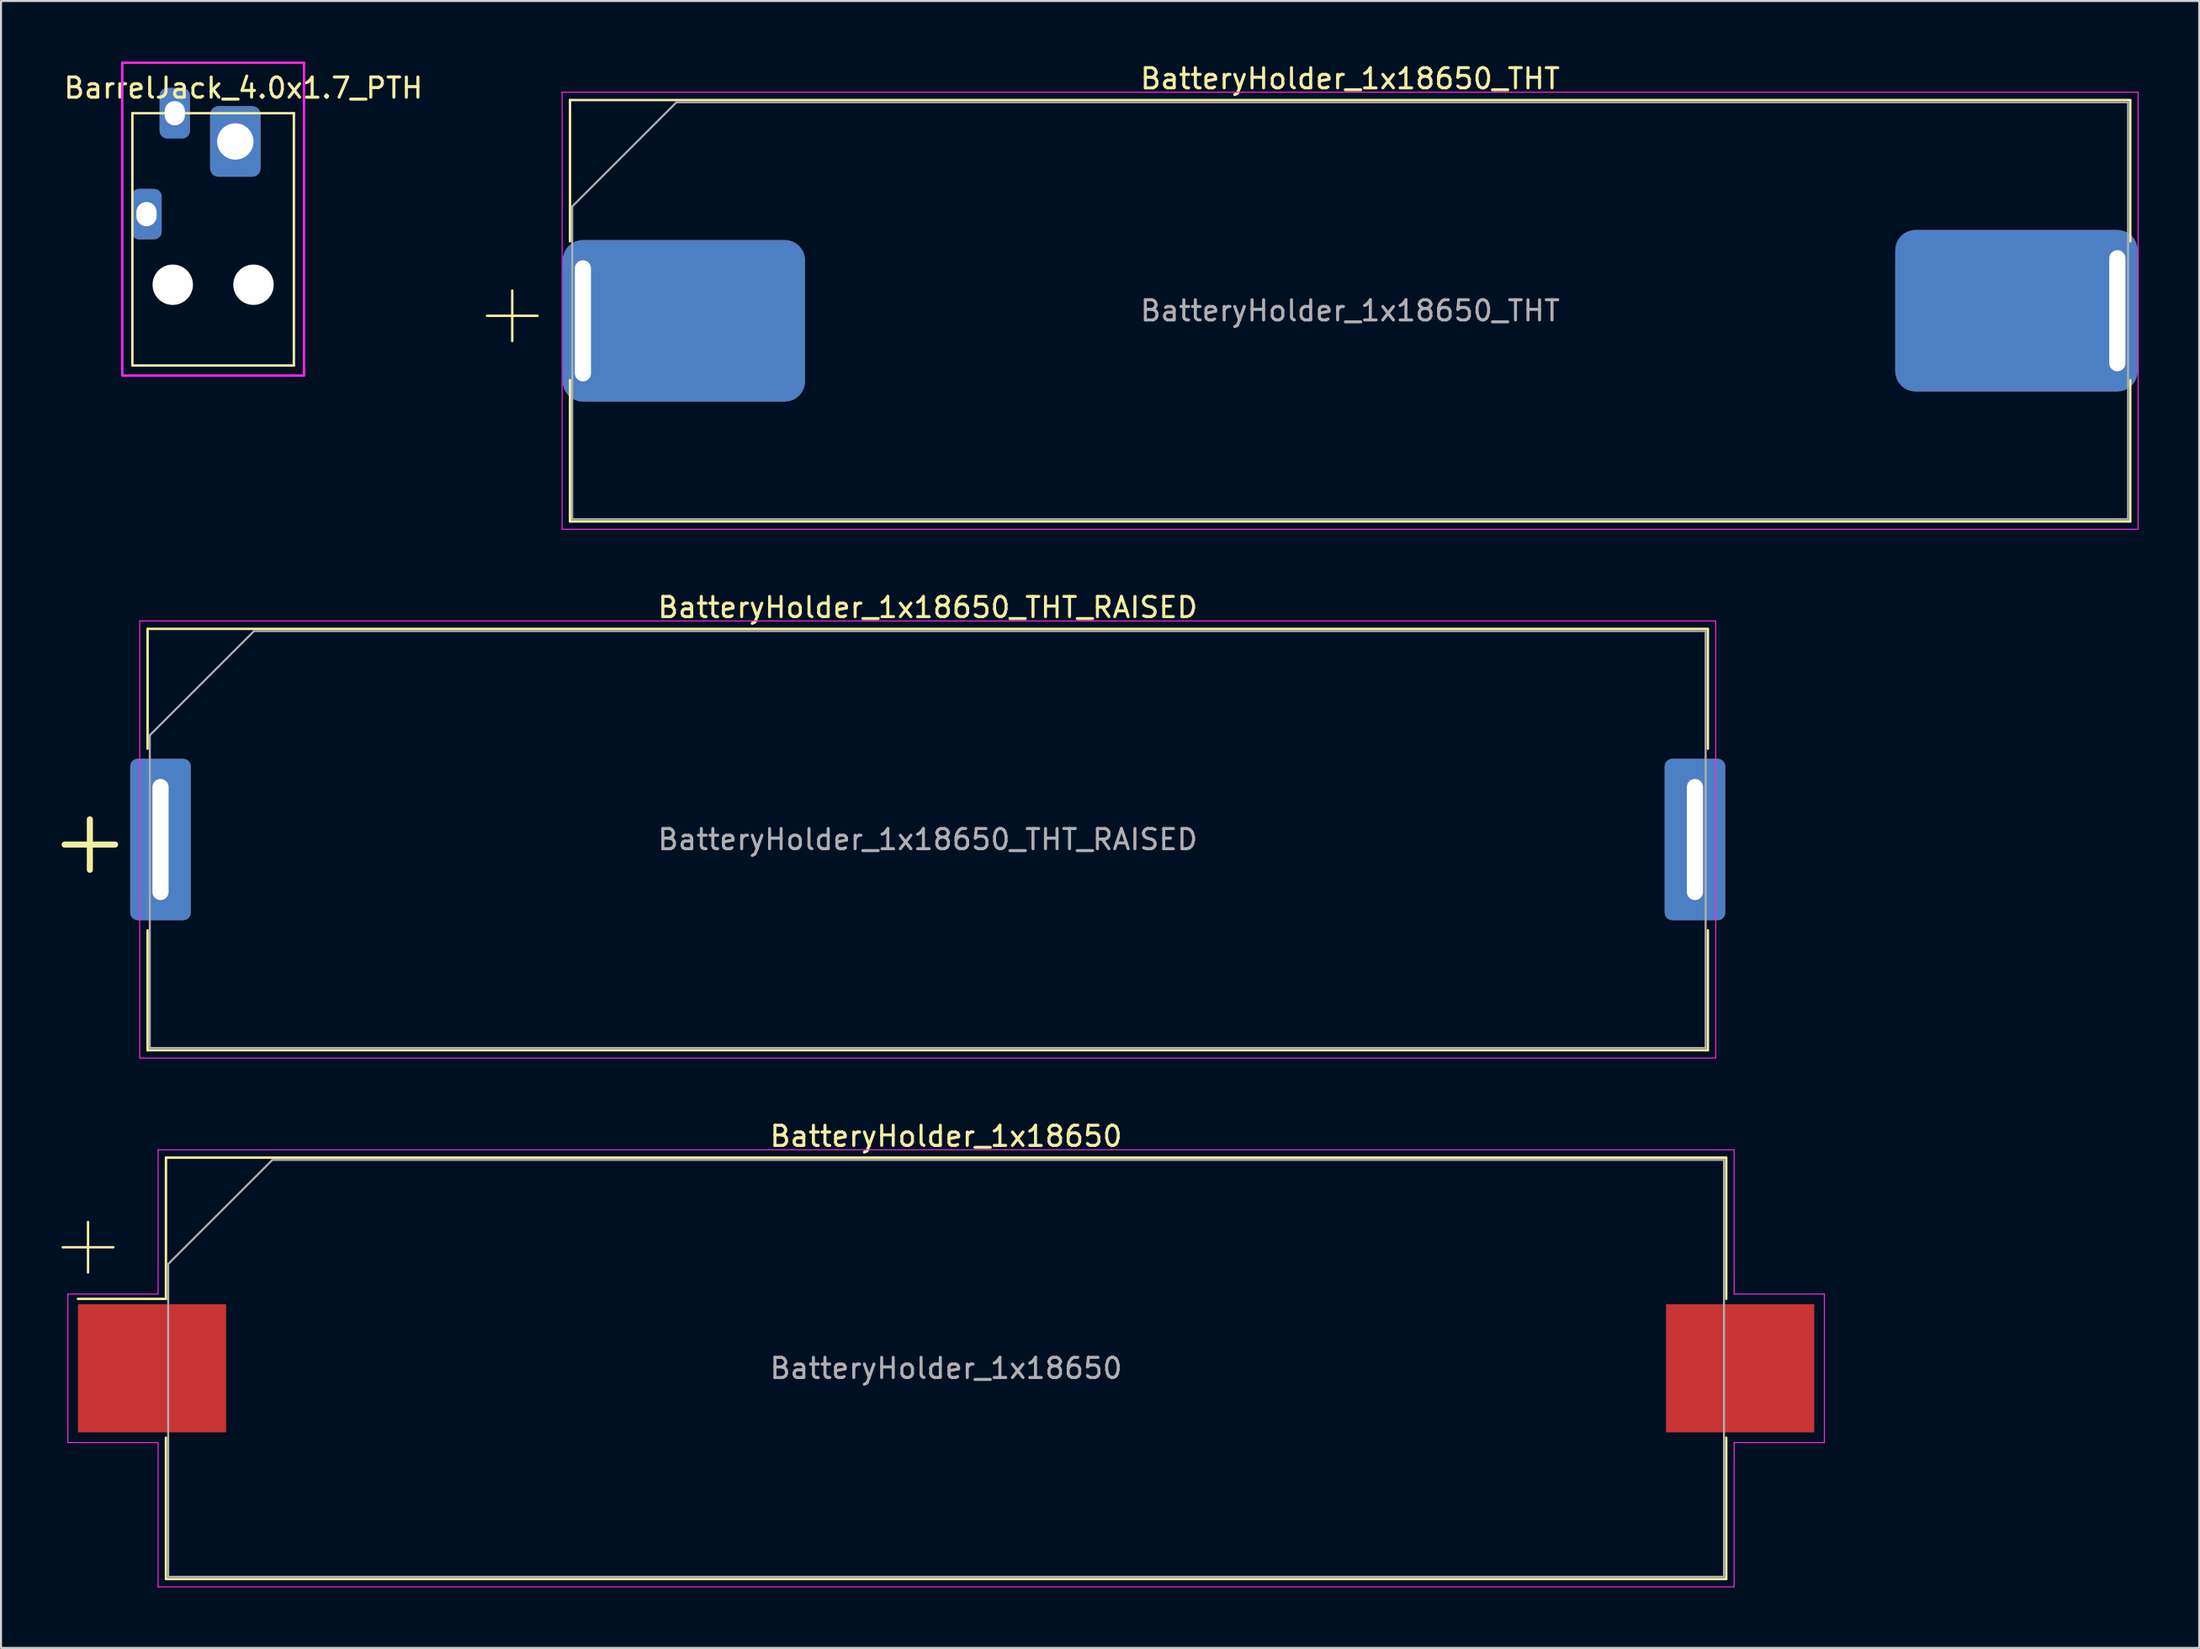
<source format=kicad_pcb>
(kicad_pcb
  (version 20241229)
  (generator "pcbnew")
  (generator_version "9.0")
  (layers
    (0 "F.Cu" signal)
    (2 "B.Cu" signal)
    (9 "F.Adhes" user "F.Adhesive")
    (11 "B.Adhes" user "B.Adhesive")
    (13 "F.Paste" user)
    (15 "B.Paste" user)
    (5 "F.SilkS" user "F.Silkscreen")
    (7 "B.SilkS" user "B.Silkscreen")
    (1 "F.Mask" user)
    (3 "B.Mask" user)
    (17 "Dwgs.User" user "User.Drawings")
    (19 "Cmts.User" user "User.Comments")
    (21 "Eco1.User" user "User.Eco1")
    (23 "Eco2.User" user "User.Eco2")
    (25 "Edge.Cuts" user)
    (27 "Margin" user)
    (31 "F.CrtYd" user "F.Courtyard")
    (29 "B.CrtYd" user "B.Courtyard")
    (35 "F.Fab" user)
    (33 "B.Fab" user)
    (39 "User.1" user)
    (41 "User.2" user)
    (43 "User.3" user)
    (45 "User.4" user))
  (footprint "BarrelJack_4.0x1.7_PTH"
    (layer "F.Cu")
    (at 7.506 9.06)
    (property "Reference" "BarrelJack_4.0x1.7_PTH" (at 1.5 -7.75 0) (layer "F.SilkS") (effects (font (size 1 1) (thickness 0.15))))
    (attr through_hole)
    (fp_line (start -4 -6.5) (end -4 6) (stroke (width 0.12) (type solid)) (layer "F.SilkS"))
    (fp_line (start -4 6) (end 4 6) (stroke (width 0.12) (type solid)) (layer "F.SilkS"))
    (fp_line (start 4 -6.5) (end -4 -6.5) (stroke (width 0.12) (type solid)) (layer "F.SilkS"))
    (fp_line (start 4 6) (end 4 -6.5) (stroke (width 0.12) (type solid)) (layer "F.SilkS"))
    (fp_line (start -4.5 -9) (end -4.5 6.5) (stroke (width 0.12) (type solid)) (layer "F.CrtYd"))
    (fp_line (start -4.5 6.5) (end 4.5 6.5) (stroke (width 0.12) (type solid)) (layer "F.CrtYd"))
    (fp_line (start 4.5 -9) (end -4.5 -9) (stroke (width 0.12) (type solid)) (layer "F.CrtYd"))
    (fp_line (start 4.5 6.5) (end 4.5 -9) (stroke (width 0.12) (type solid)) (layer "F.CrtYd"))
    (pad "" np_thru_hole circle (at -2 2) (size 2 2) (drill 2) (layers "*.Cu" "*.Mask"))
    (pad "" np_thru_hole circle (at 2 2) (size 2 2) (drill 2) (layers "*.Cu" "*.Mask"))
    (pad "1" thru_hole roundrect (at 1.1 -5.1) (size 2.5 3.5) (drill 1.8) (layers "*.Cu" "*.Mask") (roundrect_rratio 0.167))
    (pad "2" thru_hole roundrect (at -3.3 -1.5) (size 1.5 2.5) (drill oval 1 1.2) (layers "*.Cu" "*.Mask") (roundrect_rratio 0.25))
    (pad "3" thru_hole roundrect (at -1.9 -6.5) (size 1.5 2.5) (drill oval 1 1.2) (layers "*.Cu" "*.Mask") (roundrect_rratio 0.25)))
  (footprint "BatteryHolder_1x18650_THT"
    (layer "F.Cu")
    (at 63.822 12.348)
    (property "Reference" "BatteryHolder_1x18650_THT" (at 0 -11.5 0) (layer "F.SilkS") (effects (font (size 1 1) (thickness 0.15))))
    (attr smd)
    (fp_line (start -42.75 0.25) (end -40.25 0.25) (stroke (width 0.12) (type solid)) (layer "F.SilkS"))
    (fp_line (start -41.5 1.5) (end -41.5 -1) (stroke (width 0.12) (type solid)) (layer "F.SilkS"))
    (fp_line (start -38.64 -10.44) (end -38.64 -3.44) (stroke (width 0.12) (type solid)) (layer "F.SilkS"))
    (fp_line (start -38.64 10.44) (end -38.64 3.44) (stroke (width 0.12) (type solid)) (layer "F.SilkS"))
    (fp_line (start 38.64 -10.44) (end -38.64 -10.44) (stroke (width 0.12) (type solid)) (layer "F.SilkS"))
    (fp_line (start 38.64 -3.44) (end 38.64 -10.42) (stroke (width 0.12) (type solid)) (layer "F.SilkS"))
    (fp_line (start 38.64 3.44) (end 38.64 10.44) (stroke (width 0.12) (type solid)) (layer "F.SilkS"))
    (fp_line (start 38.64 10.44) (end -38.64 10.44) (stroke (width 0.12) (type solid)) (layer "F.SilkS"))
    (fp_line (start -39.03 -10.83) (end -39.03 -3.68) (stroke (width 0.05) (type solid)) (layer "F.CrtYd"))
    (fp_line (start -39.03 -10.83) (end 39.03 -10.83) (stroke (width 0.05) (type solid)) (layer "F.CrtYd"))
    (fp_line (start -39.03 3.68) (end -39.03 -3.68) (stroke (width 0.05) (type solid)) (layer "F.CrtYd"))
    (fp_line (start -39.03 10.83) (end -39.03 3.68) (stroke (width 0.05) (type solid)) (layer "F.CrtYd"))
    (fp_line (start -39.03 10.83) (end 39.03 10.83) (stroke (width 0.05) (type solid)) (layer "F.CrtYd"))
    (fp_line (start 39.03 -10.83) (end 39.03 -3.68) (stroke (width 0.05) (type solid)) (layer "F.CrtYd"))
    (fp_line (start 39.03 3.68) (end 39.03 -3.68) (stroke (width 0.05) (type solid)) (layer "F.CrtYd"))
    (fp_line (start 39.03 10.83) (end 39.03 3.68) (stroke (width 0.05) (type solid)) (layer "F.CrtYd"))
    (fp_line (start -38.53 -5.168) (end -38.53 10.33) (stroke (width 0.1) (type solid)) (layer "F.Fab"))
    (fp_line (start -38.53 10.33) (end 38.53 10.33) (stroke (width 0.1) (type solid)) (layer "F.Fab"))
    (fp_line (start -33.367 -10.33) (end -38.53 -5.168) (stroke (width 0.1) (type solid)) (layer "F.Fab"))
    (fp_line (start -33.367 -10.33) (end 38.53 -10.33) (stroke (width 0.1) (type solid)) (layer "F.Fab"))
    (fp_line (start 38.53 -10.33) (end 38.53 10.33) (stroke (width 0.1) (type solid)) (layer "F.Fab"))
    (fp_text user "${REFERENCE}" (at 0 0 0) (layer "F.Fab") (effects (font (size 1 1) (thickness 0.15))))
    (pad "1" thru_hole roundrect (at -38 0.5) (size 12 8) (drill oval 0.8 6 (offset 5 0)) (layers "*.Cu" "*.Mask") (roundrect_rratio 0.125))
    (pad "2" thru_hole roundrect (at 38 0 180) (size 12 8) (drill oval 0.8 6 (offset 5 0)) (layers "*.Cu" "*.Mask") (roundrect_rratio 0.125)))
  (footprint "BatteryHolder_1x18650_THT_RAISED"
    (layer "F.Cu")
    (at 42.9 38.551)
    (property "Reference" "BatteryHolder_1x18650_THT_RAISED" (at 0 -11.5 0) (layer "F.SilkS") (effects (font (size 1 1) (thickness 0.15))))
    (attr smd)
    (fp_line (start -42.75 0.25) (end -40.25 0.25) (stroke (width 0.3) (type solid)) (layer "F.SilkS"))
    (fp_line (start -41.5 1.5) (end -41.5 -1) (stroke (width 0.3) (type solid)) (layer "F.SilkS"))
    (fp_line (start -38.64 -10.44) (end -38.64 -4.5) (stroke (width 0.12) (type solid)) (layer "F.SilkS"))
    (fp_line (start -38.64 10.44) (end -38.64 4.5) (stroke (width 0.12) (type solid)) (layer "F.SilkS"))
    (fp_line (start 38.64 -10.44) (end -38.64 -10.44) (stroke (width 0.12) (type solid)) (layer "F.SilkS"))
    (fp_line (start 38.64 -4.5) (end 38.64 -10.42) (stroke (width 0.12) (type solid)) (layer "F.SilkS"))
    (fp_line (start 38.64 4.5) (end 38.64 10.44) (stroke (width 0.12) (type solid)) (layer "F.SilkS"))
    (fp_line (start 38.64 10.44) (end -38.64 10.44) (stroke (width 0.12) (type solid)) (layer "F.SilkS"))
    (fp_line (start -39.03 -10.83) (end -39.03 -3.68) (stroke (width 0.05) (type solid)) (layer "F.CrtYd"))
    (fp_line (start -39.03 -10.83) (end 39.03 -10.83) (stroke (width 0.05) (type solid)) (layer "F.CrtYd"))
    (fp_line (start -39.03 3.68) (end -39.03 -3.68) (stroke (width 0.05) (type solid)) (layer "F.CrtYd"))
    (fp_line (start -39.03 10.83) (end -39.03 3.68) (stroke (width 0.05) (type solid)) (layer "F.CrtYd"))
    (fp_line (start -39.03 10.83) (end 39.03 10.83) (stroke (width 0.05) (type solid)) (layer "F.CrtYd"))
    (fp_line (start 39.03 -10.83) (end 39.03 -3.68) (stroke (width 0.05) (type solid)) (layer "F.CrtYd"))
    (fp_line (start 39.03 3.68) (end 39.03 -3.68) (stroke (width 0.05) (type solid)) (layer "F.CrtYd"))
    (fp_line (start 39.03 10.83) (end 39.03 3.68) (stroke (width 0.05) (type solid)) (layer "F.CrtYd"))
    (fp_line (start -38.53 -5.168) (end -38.53 10.33) (stroke (width 0.1) (type solid)) (layer "F.Fab"))
    (fp_line (start -38.53 10.33) (end 38.53 10.33) (stroke (width 0.1) (type solid)) (layer "F.Fab"))
    (fp_line (start -33.367 -10.33) (end -38.53 -5.168) (stroke (width 0.1) (type solid)) (layer "F.Fab"))
    (fp_line (start -33.367 -10.33) (end 38.53 -10.33) (stroke (width 0.1) (type solid)) (layer "F.Fab"))
    (fp_line (start 38.53 -10.33) (end 38.53 10.33) (stroke (width 0.1) (type solid)) (layer "F.Fab"))
    (fp_text user "${REFERENCE}" (at 0 0 0) (layer "F.Fab") (effects (font (size 1 1) (thickness 0.15))))
    (pad "1" thru_hole roundrect (at -38 0) (size 3 8) (drill oval 0.8 6) (layers "*.Cu" "*.Mask") (roundrect_rratio 0.125))
    (pad "2" thru_hole roundrect (at 38 0 180) (size 3 8) (drill oval 0.8 6) (layers "*.Cu" "*.Mask") (roundrect_rratio 0.125)))
  (footprint "BatteryHolder_1x18650"
    (layer "F.Cu")
    (at 43.81 64.755)
    (property "Reference" "BatteryHolder_1x18650" (at 0 -11.5 0) (layer "F.SilkS") (effects (font (size 1 1) (thickness 0.15))))
    (attr smd)
    (fp_line (start -43.75 -6) (end -41.25 -6) (stroke (width 0.12) (type solid)) (layer "F.SilkS"))
    (fp_line (start -42.5 -4.75) (end -42.5 -7.25) (stroke (width 0.12) (type solid)) (layer "F.SilkS"))
    (fp_line (start -38.64 -10.44) (end -38.64 -3.44) (stroke (width 0.12) (type solid)) (layer "F.SilkS"))
    (fp_line (start -38.64 -3.44) (end -43 -3.44) (stroke (width 0.12) (type solid)) (layer "F.SilkS"))
    (fp_line (start -38.64 10.44) (end -38.64 3.44) (stroke (width 0.12) (type solid)) (layer "F.SilkS"))
    (fp_line (start 38.64 -10.44) (end -38.64 -10.44) (stroke (width 0.12) (type solid)) (layer "F.SilkS"))
    (fp_line (start 38.64 -3.44) (end 38.64 -10.42) (stroke (width 0.12) (type solid)) (layer "F.SilkS"))
    (fp_line (start 38.64 3.44) (end 38.64 10.44) (stroke (width 0.12) (type solid)) (layer "F.SilkS"))
    (fp_line (start 38.64 10.44) (end -38.64 10.44) (stroke (width 0.12) (type solid)) (layer "F.SilkS"))
    (fp_line (start -43.5 -3.68) (end -39.03 -3.68) (stroke (width 0.05) (type solid)) (layer "F.CrtYd"))
    (fp_line (start -43.5 3.68) (end -43.5 -3.68) (stroke (width 0.05) (type solid)) (layer "F.CrtYd"))
    (fp_line (start -39.03 -10.83) (end -39.03 -3.68) (stroke (width 0.05) (type solid)) (layer "F.CrtYd"))
    (fp_line (start -39.03 -10.83) (end 39.03 -10.83) (stroke (width 0.05) (type solid)) (layer "F.CrtYd"))
    (fp_line (start -39.03 3.68) (end -43.5 3.68) (stroke (width 0.05) (type solid)) (layer "F.CrtYd"))
    (fp_line (start -39.03 10.83) (end -39.03 3.68) (stroke (width 0.05) (type solid)) (layer "F.CrtYd"))
    (fp_line (start -39.03 10.83) (end 39.03 10.83) (stroke (width 0.05) (type solid)) (layer "F.CrtYd"))
    (fp_line (start 39.03 -10.83) (end 39.03 -3.68) (stroke (width 0.05) (type solid)) (layer "F.CrtYd"))
    (fp_line (start 39.03 3.68) (end 43.5 3.68) (stroke (width 0.05) (type solid)) (layer "F.CrtYd"))
    (fp_line (start 39.03 10.83) (end 39.03 3.68) (stroke (width 0.05) (type solid)) (layer "F.CrtYd"))
    (fp_line (start 43.5 -3.68) (end 39.03 -3.68) (stroke (width 0.05) (type solid)) (layer "F.CrtYd"))
    (fp_line (start 43.5 3.68) (end 43.5 -3.68) (stroke (width 0.05) (type solid)) (layer "F.CrtYd"))
    (fp_line (start -38.53 -5.168) (end -38.53 10.33) (stroke (width 0.1) (type solid)) (layer "F.Fab"))
    (fp_line (start -38.53 10.33) (end 38.53 10.33) (stroke (width 0.1) (type solid)) (layer "F.Fab"))
    (fp_line (start -33.367 -10.33) (end -38.53 -5.168) (stroke (width 0.1) (type solid)) (layer "F.Fab"))
    (fp_line (start -33.367 -10.33) (end 38.53 -10.33) (stroke (width 0.1) (type solid)) (layer "F.Fab"))
    (fp_line (start 38.53 -10.33) (end 38.53 10.33) (stroke (width 0.1) (type solid)) (layer "F.Fab"))
    (fp_text user "${REFERENCE}" (at 0 0 0) (layer "F.Fab") (effects (font (size 1 1) (thickness 0.15))))
    (pad "1" smd rect (at -39.33 0) (size 7.34 6.35) (layers "F.Cu" "F.Mask" "F.Paste"))
    (pad "2" smd rect (at 39.33 0) (size 7.34 6.35) (layers "F.Cu" "F.Mask" "F.Paste")))
  (gr_rect
    (start -3 -3)
    (end 105.877 78.61)
    (stroke (width 0.1) (type default))
    (fill no)
    (layer "Edge.Cuts")))
</source>
